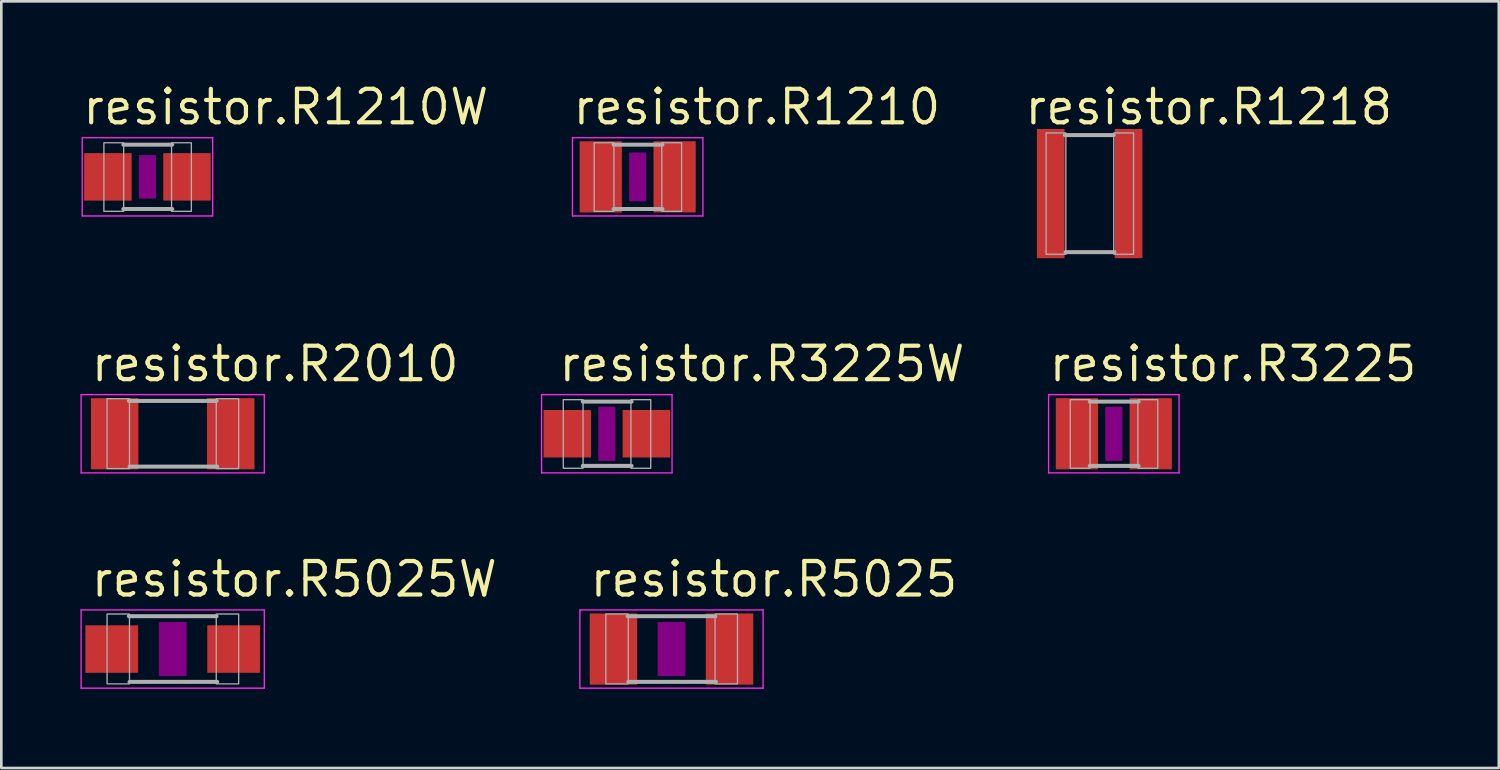
<source format=kicad_pcb>
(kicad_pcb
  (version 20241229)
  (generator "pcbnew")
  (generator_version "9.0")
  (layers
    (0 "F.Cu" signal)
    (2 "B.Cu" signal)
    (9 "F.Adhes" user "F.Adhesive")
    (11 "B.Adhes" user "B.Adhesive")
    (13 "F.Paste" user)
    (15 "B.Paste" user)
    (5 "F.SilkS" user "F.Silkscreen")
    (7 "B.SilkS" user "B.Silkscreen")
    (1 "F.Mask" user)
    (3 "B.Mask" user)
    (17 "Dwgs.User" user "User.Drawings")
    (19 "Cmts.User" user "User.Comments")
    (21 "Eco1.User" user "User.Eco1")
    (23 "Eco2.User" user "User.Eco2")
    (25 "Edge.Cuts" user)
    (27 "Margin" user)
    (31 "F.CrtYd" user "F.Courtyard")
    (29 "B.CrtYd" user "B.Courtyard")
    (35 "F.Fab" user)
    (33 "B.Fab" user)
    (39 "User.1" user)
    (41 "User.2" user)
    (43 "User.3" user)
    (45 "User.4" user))
  (footprint "resistor.R1210W"
    (layer "F.Cu")
    (at 2.54 3.655)
    (property "Reference" "resistor.R1210W" (at -2.54 -1.905 0) (layer "F.SilkS") (effects (font (size 1.27 1.27) (thickness 0.16)) (justify left bottom)))
    (attr smd)
    (fp_rect (start -0.3 0.8) (end 0.3 -0.8) (stroke (width 0.05) (type default)) (fill yes) (layer "F.Adhes"))
    (fp_line (start -2.473 -1.483) (end 2.473 -1.483) (stroke (width 0.051) (type default)) (layer "F.CrtYd"))
    (fp_line (start -2.473 1.483) (end -2.473 -1.483) (stroke (width 0.051) (type default)) (layer "F.CrtYd"))
    (fp_line (start 2.473 -1.483) (end 2.473 1.483) (stroke (width 0.051) (type default)) (layer "F.CrtYd"))
    (fp_line (start 2.473 1.483) (end -2.473 1.483) (stroke (width 0.051) (type default)) (layer "F.CrtYd"))
    (fp_line (start -0.913 -1.219) (end 0.939 -1.219) (stroke (width 0.152) (type default)) (layer "F.Fab"))
    (fp_line (start -0.913 1.219) (end 0.939 1.219) (stroke (width 0.152) (type default)) (layer "F.Fab"))
    (fp_rect (start -1.651 1.308) (end -0.901 -1.292) (stroke (width 0.05) (type default)) (fill no) (layer "F.Fab"))
    (fp_rect (start 0.914 1.308) (end 1.665 -1.292) (stroke (width 0.05) (type default)) (fill no) (layer "F.Fab"))
    (pad "1" smd roundrect (at -1.499 0) (size 1.8 1.8) (layers "F.Cu" "F.Mask" "F.Paste") (roundrect_rratio 0.01))
    (pad "2" smd roundrect (at 1.499 0) (size 1.8 1.8) (layers "F.Cu" "F.Mask" "F.Paste") (roundrect_rratio 0.01)))
  (footprint "resistor.R1218"
    (layer "F.Cu")
    (at 38.262 4.29)
    (property "Reference" "resistor.R1218" (at -2.54 -2.54 0) (layer "F.SilkS") (effects (font (size 1.27 1.27) (thickness 0.16)) (justify left bottom)))
    (attr smd)
    (fp_line (start -0.913 2.219) (end 0.939 2.219) (stroke (width 0.152) (type default)) (layer "F.Fab"))
    (fp_line (start 0.913 -2.219) (end -0.939 -2.219) (stroke (width 0.152) (type default)) (layer "F.Fab"))
    (fp_rect (start -1.651 2.3) (end -0.901 -2.3) (stroke (width 0.05) (type default)) (fill no) (layer "F.Fab"))
    (fp_rect (start 0.914 2.3) (end 1.665 -2.3) (stroke (width 0.05) (type default)) (fill no) (layer "F.Fab"))
    (pad "1" smd roundrect (at -1.475 0) (size 1.05 4.9) (layers "F.Cu" "F.Mask" "F.Paste") (roundrect_rratio 0.01))
    (pad "2" smd roundrect (at 1.475 0) (size 1.05 4.9) (layers "F.Cu" "F.Mask" "F.Paste") (roundrect_rratio 0.01)))
  (footprint "resistor.R3225"
    (layer "F.Cu")
    (at 39.179 13.395)
    (property "Reference" "resistor.R3225" (at -2.54 -1.905 0) (layer "F.SilkS") (effects (font (size 1.27 1.27) (thickness 0.16)) (justify left bottom)))
    (attr smd)
    (fp_rect (start -0.3 1) (end 0.3 -1) (stroke (width 0.05) (type default)) (fill yes) (layer "F.Adhes"))
    (fp_line (start -2.473 -1.483) (end 2.473 -1.483) (stroke (width 0.051) (type default)) (layer "F.CrtYd"))
    (fp_line (start -2.473 1.483) (end -2.473 -1.483) (stroke (width 0.051) (type default)) (layer "F.CrtYd"))
    (fp_line (start 2.473 -1.483) (end 2.473 1.483) (stroke (width 0.051) (type default)) (layer "F.CrtYd"))
    (fp_line (start 2.473 1.483) (end -2.473 1.483) (stroke (width 0.051) (type default)) (layer "F.CrtYd"))
    (fp_line (start -0.913 -1.219) (end 0.939 -1.219) (stroke (width 0.152) (type default)) (layer "F.Fab"))
    (fp_line (start -0.913 1.219) (end 0.939 1.219) (stroke (width 0.152) (type default)) (layer "F.Fab"))
    (fp_rect (start -1.651 1.308) (end -0.901 -1.292) (stroke (width 0.05) (type default)) (fill no) (layer "F.Fab"))
    (fp_rect (start 0.914 1.308) (end 1.665 -1.292) (stroke (width 0.05) (type default)) (fill no) (layer "F.Fab"))
    (pad "1" smd roundrect (at -1.4 0) (size 1.6 2.7) (layers "F.Cu" "F.Mask" "F.Paste") (roundrect_rratio 0.01))
    (pad "2" smd roundrect (at 1.4 0) (size 1.6 2.7) (layers "F.Cu" "F.Mask" "F.Paste") (roundrect_rratio 0.01)))
  (footprint "resistor.R3225W"
    (layer "F.Cu")
    (at 19.957 13.395)
    (property "Reference" "resistor.R3225W" (at -1.905 -1.905 0) (layer "F.SilkS") (effects (font (size 1.27 1.27) (thickness 0.16)) (justify left bottom)))
    (attr smd)
    (fp_rect (start -0.3 1) (end 0.3 -1) (stroke (width 0.05) (type default)) (fill yes) (layer "F.Adhes"))
    (fp_line (start -2.473 -1.483) (end 2.473 -1.483) (stroke (width 0.051) (type default)) (layer "F.CrtYd"))
    (fp_line (start -2.473 1.483) (end -2.473 -1.483) (stroke (width 0.051) (type default)) (layer "F.CrtYd"))
    (fp_line (start 2.473 -1.483) (end 2.473 1.483) (stroke (width 0.051) (type default)) (layer "F.CrtYd"))
    (fp_line (start 2.473 1.483) (end -2.473 1.483) (stroke (width 0.051) (type default)) (layer "F.CrtYd"))
    (fp_line (start -0.913 -1.219) (end 0.939 -1.219) (stroke (width 0.152) (type default)) (layer "F.Fab"))
    (fp_line (start -0.913 1.219) (end 0.939 1.219) (stroke (width 0.152) (type default)) (layer "F.Fab"))
    (fp_rect (start -1.651 1.308) (end -0.901 -1.292) (stroke (width 0.05) (type default)) (fill no) (layer "F.Fab"))
    (fp_rect (start 0.914 1.308) (end 1.665 -1.292) (stroke (width 0.05) (type default)) (fill no) (layer "F.Fab"))
    (pad "1" smd roundrect (at -1.499 0) (size 1.8 1.8) (layers "F.Cu" "F.Mask" "F.Paste") (roundrect_rratio 0.01))
    (pad "2" smd roundrect (at 1.499 0) (size 1.8 1.8) (layers "F.Cu" "F.Mask" "F.Paste") (roundrect_rratio 0.01)))
  (footprint "resistor.R5025W"
    (layer "F.Cu")
    (at 3.498 21.558)
    (property "Reference" "resistor.R5025W" (at -3.175 -1.905 0) (layer "F.SilkS") (effects (font (size 1.27 1.27) (thickness 0.16)) (justify left bottom)))
    (attr smd)
    (fp_rect (start -0.5 1) (end 0.5 -1) (stroke (width 0.05) (type default)) (fill yes) (layer "F.Adhes"))
    (fp_line (start -3.473 -1.483) (end 3.473 -1.483) (stroke (width 0.051) (type default)) (layer "F.CrtYd"))
    (fp_line (start -3.473 1.483) (end -3.473 -1.483) (stroke (width 0.051) (type default)) (layer "F.CrtYd"))
    (fp_line (start 3.473 -1.483) (end 3.473 1.483) (stroke (width 0.051) (type default)) (layer "F.CrtYd"))
    (fp_line (start 3.473 1.483) (end -3.473 1.483) (stroke (width 0.051) (type default)) (layer "F.CrtYd"))
    (fp_line (start -1.662 -1.245) (end 1.662 -1.245) (stroke (width 0.152) (type default)) (layer "F.Fab"))
    (fp_line (start -1.637 1.245) (end 1.687 1.245) (stroke (width 0.152) (type default)) (layer "F.Fab"))
    (fp_rect (start -2.489 1.321) (end -1.639 -1.329) (stroke (width 0.05) (type default)) (fill no) (layer "F.Fab"))
    (fp_rect (start 1.651 1.321) (end 2.501 -1.329) (stroke (width 0.05) (type default)) (fill no) (layer "F.Fab"))
    (pad "1" smd roundrect (at -2.311 0) (size 2 1.8) (layers "F.Cu" "F.Mask" "F.Paste") (roundrect_rratio 0.01))
    (pad "2" smd roundrect (at 2.311 0) (size 2 1.8) (layers "F.Cu" "F.Mask" "F.Paste") (roundrect_rratio 0.01)))
  (footprint "resistor.R5025"
    (layer "F.Cu")
    (at 22.409 21.558)
    (property "Reference" "resistor.R5025" (at -3.175 -1.905 0) (layer "F.SilkS") (effects (font (size 1.27 1.27) (thickness 0.16)) (justify left bottom)))
    (attr smd)
    (fp_rect (start -0.5 1) (end 0.5 -1) (stroke (width 0.05) (type default)) (fill yes) (layer "F.Adhes"))
    (fp_line (start -3.473 -1.483) (end 3.473 -1.483) (stroke (width 0.051) (type default)) (layer "F.CrtYd"))
    (fp_line (start -3.473 1.483) (end -3.473 -1.483) (stroke (width 0.051) (type default)) (layer "F.CrtYd"))
    (fp_line (start 3.473 -1.483) (end 3.473 1.483) (stroke (width 0.051) (type default)) (layer "F.CrtYd"))
    (fp_line (start 3.473 1.483) (end -3.473 1.483) (stroke (width 0.051) (type default)) (layer "F.CrtYd"))
    (fp_line (start -1.662 -1.245) (end 1.662 -1.245) (stroke (width 0.152) (type default)) (layer "F.Fab"))
    (fp_line (start -1.637 1.245) (end 1.687 1.245) (stroke (width 0.152) (type default)) (layer "F.Fab"))
    (fp_rect (start -2.489 1.321) (end -1.639 -1.329) (stroke (width 0.05) (type default)) (fill no) (layer "F.Fab"))
    (fp_rect (start 1.651 1.321) (end 2.501 -1.329) (stroke (width 0.05) (type default)) (fill no) (layer "F.Fab"))
    (pad "1" smd roundrect (at -2.2 0) (size 1.8 2.7) (layers "F.Cu" "F.Mask" "F.Paste") (roundrect_rratio 0.01))
    (pad "2" smd roundrect (at 2.2 0) (size 1.8 2.7) (layers "F.Cu" "F.Mask" "F.Paste") (roundrect_rratio 0.01)))
  (footprint "resistor.R1210"
    (layer "F.Cu")
    (at 21.127 3.655)
    (property "Reference" "resistor.R1210" (at -2.54 -1.905 0) (layer "F.SilkS") (effects (font (size 1.27 1.27) (thickness 0.16)) (justify left bottom)))
    (attr smd)
    (fp_rect (start -0.3 0.9) (end 0.3 -0.9) (stroke (width 0.05) (type default)) (fill yes) (layer "F.Adhes"))
    (fp_line (start -2.473 -1.483) (end 2.473 -1.483) (stroke (width 0.051) (type default)) (layer "F.CrtYd"))
    (fp_line (start -2.473 1.483) (end -2.473 -1.483) (stroke (width 0.051) (type default)) (layer "F.CrtYd"))
    (fp_line (start 2.473 -1.483) (end 2.473 1.483) (stroke (width 0.051) (type default)) (layer "F.CrtYd"))
    (fp_line (start 2.473 1.483) (end -2.473 1.483) (stroke (width 0.051) (type default)) (layer "F.CrtYd"))
    (fp_line (start -0.913 -1.219) (end 0.939 -1.219) (stroke (width 0.152) (type default)) (layer "F.Fab"))
    (fp_line (start -0.913 1.219) (end 0.939 1.219) (stroke (width 0.152) (type default)) (layer "F.Fab"))
    (fp_rect (start -1.651 1.308) (end -0.901 -1.292) (stroke (width 0.05) (type default)) (fill no) (layer "F.Fab"))
    (fp_rect (start 0.914 1.308) (end 1.665 -1.292) (stroke (width 0.05) (type default)) (fill no) (layer "F.Fab"))
    (pad "1" smd roundrect (at -1.4 0) (size 1.6 2.7) (layers "F.Cu" "F.Mask" "F.Paste") (roundrect_rratio 0.01))
    (pad "2" smd roundrect (at 1.4 0) (size 1.6 2.7) (layers "F.Cu" "F.Mask" "F.Paste") (roundrect_rratio 0.01)))
  (footprint "resistor.R2010"
    (layer "F.Cu")
    (at 3.498 13.395)
    (property "Reference" "resistor.R2010" (at -3.175 -1.905 0) (layer "F.SilkS") (effects (font (size 1.27 1.27) (thickness 0.16)) (justify left bottom)))
    (attr smd)
    (fp_line (start -3.473 -1.483) (end 3.473 -1.483) (stroke (width 0.051) (type default)) (layer "F.CrtYd"))
    (fp_line (start -3.473 1.483) (end -3.473 -1.483) (stroke (width 0.051) (type default)) (layer "F.CrtYd"))
    (fp_line (start 3.473 -1.483) (end 3.473 1.483) (stroke (width 0.051) (type default)) (layer "F.CrtYd"))
    (fp_line (start 3.473 1.483) (end -3.473 1.483) (stroke (width 0.051) (type default)) (layer "F.CrtYd"))
    (fp_line (start -1.662 -1.245) (end 1.662 -1.245) (stroke (width 0.152) (type default)) (layer "F.Fab"))
    (fp_line (start -1.637 1.245) (end 1.687 1.245) (stroke (width 0.152) (type default)) (layer "F.Fab"))
    (fp_rect (start -2.489 1.321) (end -1.639 -1.329) (stroke (width 0.05) (type default)) (fill no) (layer "F.Fab"))
    (fp_rect (start 1.651 1.321) (end 2.501 -1.329) (stroke (width 0.05) (type default)) (fill no) (layer "F.Fab"))
    (pad "1" smd roundrect (at -2.2 0) (size 1.8 2.7) (layers "F.Cu" "F.Mask" "F.Paste") (roundrect_rratio 0.01))
    (pad "2" smd roundrect (at 2.2 0) (size 1.8 2.7) (layers "F.Cu" "F.Mask" "F.Paste") (roundrect_rratio 0.01)))
  (gr_rect
    (start -3 -3)
    (end 53.775 26.067)
    (stroke (width 0.1) (type default))
    (fill no)
    (layer "Edge.Cuts")))
</source>
